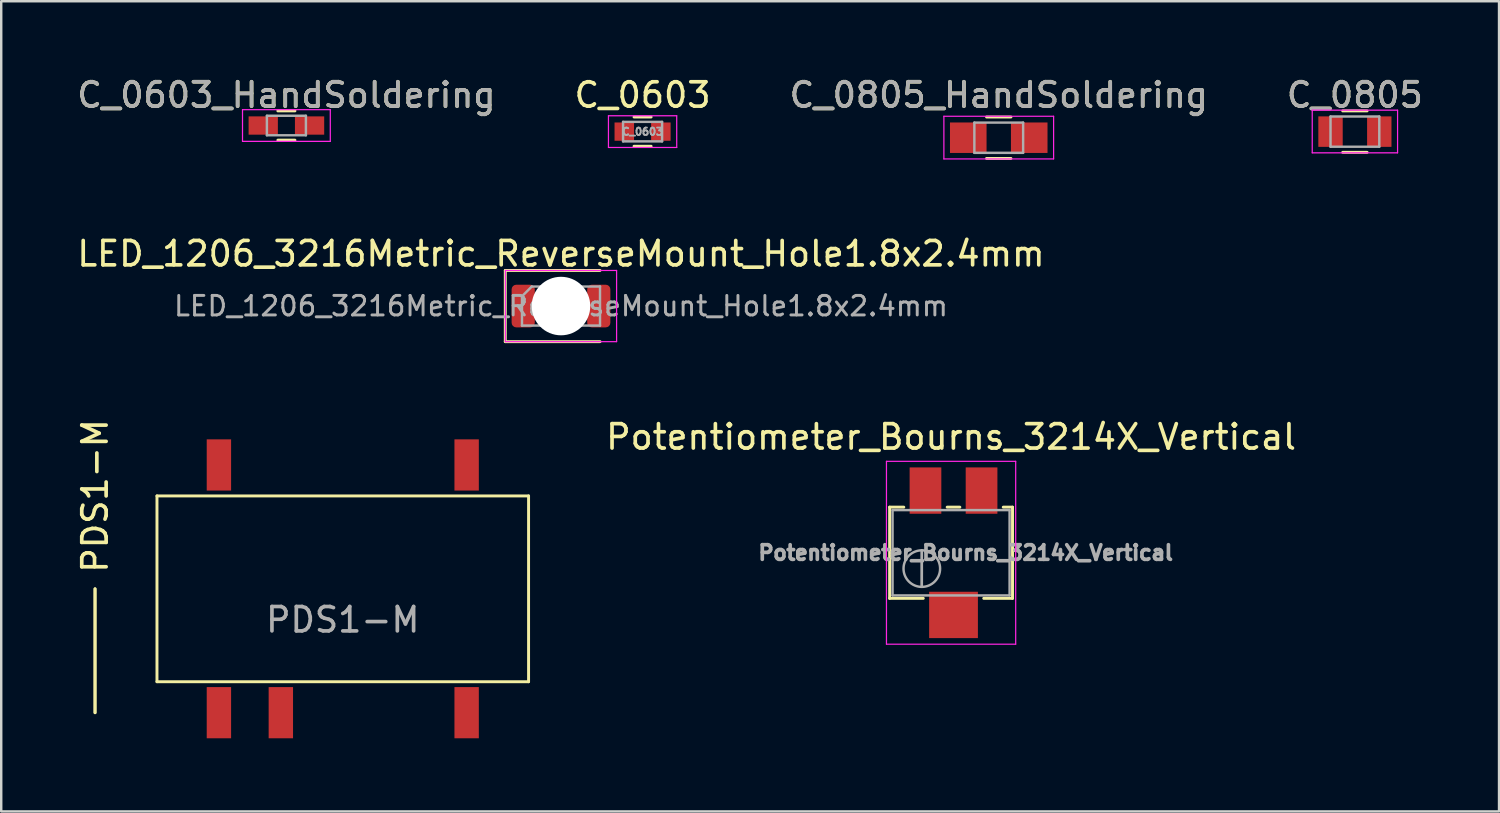
<source format=kicad_pcb>
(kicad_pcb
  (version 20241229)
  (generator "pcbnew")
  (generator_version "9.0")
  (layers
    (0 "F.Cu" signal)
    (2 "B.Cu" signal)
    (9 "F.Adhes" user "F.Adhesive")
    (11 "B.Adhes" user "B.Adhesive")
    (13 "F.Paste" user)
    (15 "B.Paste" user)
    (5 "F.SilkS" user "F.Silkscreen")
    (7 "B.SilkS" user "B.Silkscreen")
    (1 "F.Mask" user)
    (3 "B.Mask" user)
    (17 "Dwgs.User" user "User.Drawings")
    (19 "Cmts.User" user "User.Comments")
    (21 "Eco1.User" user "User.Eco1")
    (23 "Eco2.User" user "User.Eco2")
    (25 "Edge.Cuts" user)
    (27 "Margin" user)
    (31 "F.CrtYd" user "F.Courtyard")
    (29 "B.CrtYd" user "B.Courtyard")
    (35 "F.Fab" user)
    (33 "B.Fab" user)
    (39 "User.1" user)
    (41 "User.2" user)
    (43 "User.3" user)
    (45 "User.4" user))
  (footprint "Potentiometer_Bourns_3214X_Vertical"
    (layer "F.Cu")
    (at 36.056 19.62)
    (property "Reference" "Potentiometer_Bourns_3214X_Vertical" (at -0.1 -4.75 180) (layer "F.SilkS") (effects (font (size 1 1) (thickness 0.15))))
    (attr smd)
    (fp_line (start -2.62 -1.87) (end -2.62 1.87) (stroke (width 0.12) (type solid)) (layer "F.SilkS"))
    (fp_line (start -2.62 -1.87) (end -2.039 -1.87) (stroke (width 0.12) (type solid)) (layer "F.SilkS"))
    (fp_line (start -2.62 1.87) (end -1.24 1.87) (stroke (width 0.12) (type solid)) (layer "F.SilkS"))
    (fp_line (start -0.26 -1.87) (end 0.26 -1.87) (stroke (width 0.12) (type solid)) (layer "F.SilkS"))
    (fp_line (start 1.24 1.87) (end 2.42 1.87) (stroke (width 0.12) (type solid)) (layer "F.SilkS"))
    (fp_line (start 2.04 -1.87) (end 2.42 -1.87) (stroke (width 0.12) (type solid)) (layer "F.SilkS"))
    (fp_line (start 2.42 -1.87) (end 2.42 1.87) (stroke (width 0.12) (type solid)) (layer "F.SilkS"))
    (fp_line (start -2.75 -3.75) (end -2.75 3.75) (stroke (width 0.05) (type solid)) (layer "F.CrtYd"))
    (fp_line (start -2.75 3.75) (end 2.55 3.75) (stroke (width 0.05) (type solid)) (layer "F.CrtYd"))
    (fp_line (start 2.55 -3.75) (end -2.75 -3.75) (stroke (width 0.05) (type solid)) (layer "F.CrtYd"))
    (fp_line (start 2.55 3.75) (end 2.55 -3.75) (stroke (width 0.05) (type solid)) (layer "F.CrtYd"))
    (fp_line (start -2.5 -1.75) (end -2.5 1.75) (stroke (width 0.1) (type solid)) (layer "F.Fab"))
    (fp_line (start -2.5 1.75) (end 2.3 1.75) (stroke (width 0.1) (type solid)) (layer "F.Fab"))
    (fp_line (start -1.3 1.393) (end -1.299 -0.092) (stroke (width 0.1) (type solid)) (layer "F.Fab"))
    (fp_line (start -1.3 1.393) (end -1.299 -0.092) (stroke (width 0.1) (type solid)) (layer "F.Fab"))
    (fp_line (start 2.3 -1.75) (end -2.5 -1.75) (stroke (width 0.1) (type solid)) (layer "F.Fab"))
    (fp_line (start 2.3 1.75) (end 2.3 -1.75) (stroke (width 0.1) (type solid)) (layer "F.Fab"))
    (fp_circle (center -1.3 0.65) (end -0.55 0.65) (stroke (width 0.1) (type solid)) (fill no) (layer "F.Fab"))
    (fp_text user "${REFERENCE}" (at 0.5 0 180) (layer "F.Fab") (effects (font (size 0.6 0.6) (thickness 0.15))))
    (pad "1" smd rect (at 1.15 -2.55) (size 1.3 1.9) (layers "F.Cu" "F.Mask" "F.Paste"))
    (pad "2" smd rect (at 0 2.55) (size 2 1.9) (layers "F.Cu" "F.Mask" "F.Paste"))
    (pad "3" smd rect (at -1.15 -2.55) (size 1.3 1.9) (layers "F.Cu" "F.Mask" "F.Paste")))
  (footprint "PDS1-M"
    (layer "F.Cu")
    (at 5.928 26.179)
    (property "Reference" "PDS1-M" (at -5.08 -8.89 90) (unlocked yes) (layer "F.SilkS") (effects (font (size 1 1) (thickness 0.15))))
    (attr smd)
    (fp_line (start -5.08 -5.08) (end -5.08 0) (stroke (width 0.12) (type solid)) (layer "F.SilkS"))
    (fp_line (start -5.08 0) (end -5.08 -5.08) (stroke (width 0.12) (type solid)) (layer "F.SilkS"))
    (fp_rect (start -2.54 -1.27) (end -2.54 -8.89) (stroke (width 0.12) (type solid)) (fill no) (layer "F.SilkS"))
    (fp_rect (start 12.7 -8.89) (end -2.54 -8.89) (stroke (width 0.12) (type solid)) (fill no) (layer "F.SilkS"))
    (fp_rect (start 12.7 -1.27) (end -2.54 -1.27) (stroke (width 0.12) (type solid)) (fill no) (layer "F.SilkS"))
    (fp_rect (start 12.7 -1.27) (end 12.7 -8.89) (stroke (width 0.12) (type solid)) (fill no) (layer "F.SilkS"))
    (fp_text user "${REFERENCE}" (at 5.08 -3.81 0) (unlocked yes) (layer "F.Fab") (effects (font (size 1 1) (thickness 0.15))))
    (pad "1" smd rect (at 0 0) (size 1 2.1) (layers "F.Cu" "F.Mask" "F.Paste"))
    (pad "2" smd rect (at 2.54 0) (size 1 2.1) (layers "F.Cu" "F.Mask" "F.Paste"))
    (pad "3" smd rect (at 10.16 0) (size 1 2.1) (layers "F.Cu" "F.Mask" "F.Paste"))
    (pad "4" smd rect (at 10.16 -10.16) (size 1 2.1) (layers "F.Cu" "F.Mask" "F.Paste"))
    (pad "5" smd rect (at 0 -10.16) (size 1 2.1) (layers "F.Cu" "F.Mask" "F.Paste")))
  (footprint "C_0805"
    (layer "F.Cu")
    (at 52.518 2.348)
    (property "Reference" "C_0805" (at 0 -1.5 0) (layer "F.SilkS") (effects (font (size 1 1) (thickness 0.15))))
    (attr smd)
    (fp_line (start -0.5 0.85) (end 0.5 0.85) (stroke (width 0.12) (type solid)) (layer "F.SilkS"))
    (fp_line (start 0.5 -0.85) (end -0.5 -0.85) (stroke (width 0.12) (type solid)) (layer "F.SilkS"))
    (fp_line (start -1.75 -0.88) (end -1.75 0.87) (stroke (width 0.05) (type solid)) (layer "F.CrtYd"))
    (fp_line (start -1.75 -0.88) (end 1.75 -0.88) (stroke (width 0.05) (type solid)) (layer "F.CrtYd"))
    (fp_line (start 1.75 0.87) (end -1.75 0.87) (stroke (width 0.05) (type solid)) (layer "F.CrtYd"))
    (fp_line (start 1.75 0.87) (end 1.75 -0.88) (stroke (width 0.05) (type solid)) (layer "F.CrtYd"))
    (fp_line (start -1 -0.62) (end 1 -0.62) (stroke (width 0.1) (type solid)) (layer "F.Fab"))
    (fp_line (start -1 0.62) (end -1 -0.62) (stroke (width 0.1) (type solid)) (layer "F.Fab"))
    (fp_line (start 1 -0.62) (end 1 0.62) (stroke (width 0.1) (type solid)) (layer "F.Fab"))
    (fp_line (start 1 0.62) (end -1 0.62) (stroke (width 0.1) (type solid)) (layer "F.Fab"))
    (fp_text user "${REFERENCE}" (at 0 -1.5 0) (layer "F.Fab") (effects (font (size 1 1) (thickness 0.15))))
    (pad "1" smd rect (at -1 0) (size 1 1.25) (layers "F.Cu" "F.Mask" "F.Paste"))
    (pad "2" smd rect (at 1 0) (size 1 1.25) (layers "F.Cu" "F.Mask" "F.Paste")))
  (footprint "C_0805_HandSoldering"
    (layer "F.Cu")
    (at 37.911 2.598)
    (property "Reference" "C_0805_HandSoldering" (at 0 -1.75 0) (layer "F.SilkS") (effects (font (size 1 1) (thickness 0.15))))
    (attr smd)
    (fp_line (start -0.5 0.85) (end 0.5 0.85) (stroke (width 0.12) (type solid)) (layer "F.SilkS"))
    (fp_line (start 0.5 -0.85) (end -0.5 -0.85) (stroke (width 0.12) (type solid)) (layer "F.SilkS"))
    (fp_line (start -2.25 -0.88) (end -2.25 0.87) (stroke (width 0.05) (type solid)) (layer "F.CrtYd"))
    (fp_line (start -2.25 -0.88) (end 2.25 -0.88) (stroke (width 0.05) (type solid)) (layer "F.CrtYd"))
    (fp_line (start 2.25 0.87) (end -2.25 0.87) (stroke (width 0.05) (type solid)) (layer "F.CrtYd"))
    (fp_line (start 2.25 0.87) (end 2.25 -0.88) (stroke (width 0.05) (type solid)) (layer "F.CrtYd"))
    (fp_line (start -1 -0.62) (end 1 -0.62) (stroke (width 0.1) (type solid)) (layer "F.Fab"))
    (fp_line (start -1 0.62) (end -1 -0.62) (stroke (width 0.1) (type solid)) (layer "F.Fab"))
    (fp_line (start 1 -0.62) (end 1 0.62) (stroke (width 0.1) (type solid)) (layer "F.Fab"))
    (fp_line (start 1 0.62) (end -1 0.62) (stroke (width 0.1) (type solid)) (layer "F.Fab"))
    (fp_text user "${REFERENCE}" (at 0 -1.75 0) (layer "F.Fab") (effects (font (size 1 1) (thickness 0.15))))
    (pad "1" smd rect (at -1.25 0) (size 1.5 1.25) (layers "F.Cu" "F.Mask" "F.Paste"))
    (pad "2" smd rect (at 1.25 0) (size 1.5 1.25) (layers "F.Cu" "F.Mask" "F.Paste")))
  (footprint "C_0603"
    (layer "F.Cu")
    (at 23.304 2.348)
    (property "Reference" "C_0603" (at 0 -1.5 0) (layer "F.SilkS") (effects (font (size 1 1) (thickness 0.15))))
    (attr smd)
    (fp_line (start -0.35 -0.6) (end 0.35 -0.6) (stroke (width 0.12) (type solid)) (layer "F.SilkS"))
    (fp_line (start 0.35 0.6) (end -0.35 0.6) (stroke (width 0.12) (type solid)) (layer "F.SilkS"))
    (fp_line (start -1.4 -0.65) (end -1.4 0.65) (stroke (width 0.05) (type solid)) (layer "F.CrtYd"))
    (fp_line (start -1.4 -0.65) (end 1.4 -0.65) (stroke (width 0.05) (type solid)) (layer "F.CrtYd"))
    (fp_line (start 1.4 0.65) (end -1.4 0.65) (stroke (width 0.05) (type solid)) (layer "F.CrtYd"))
    (fp_line (start 1.4 0.65) (end 1.4 -0.65) (stroke (width 0.05) (type solid)) (layer "F.CrtYd"))
    (fp_line (start -0.8 -0.4) (end 0.8 -0.4) (stroke (width 0.1) (type solid)) (layer "F.Fab"))
    (fp_line (start -0.8 0.4) (end -0.8 -0.4) (stroke (width 0.1) (type solid)) (layer "F.Fab"))
    (fp_line (start 0.8 -0.4) (end 0.8 0.4) (stroke (width 0.1) (type solid)) (layer "F.Fab"))
    (fp_line (start 0.8 0.4) (end -0.8 0.4) (stroke (width 0.1) (type solid)) (layer "F.Fab"))
    (fp_text user "${REFERENCE}" (at 0 0 0) (layer "F.Fab") (effects (font (size 0.3 0.3) (thickness 0.075))))
    (pad "1" smd rect (at -0.75 0) (size 0.8 0.75) (layers "F.Cu" "F.Mask" "F.Paste"))
    (pad "2" smd rect (at 0.75 0) (size 0.8 0.75) (layers "F.Cu" "F.Mask" "F.Paste")))
  (footprint "C_0603_HandSoldering"
    (layer "F.Cu")
    (at 8.696 2.098)
    (property "Reference" "C_0603_HandSoldering" (at 0 -1.25 0) (layer "F.SilkS") (effects (font (size 1 1) (thickness 0.15))))
    (attr smd)
    (fp_line (start -0.35 -0.6) (end 0.35 -0.6) (stroke (width 0.12) (type solid)) (layer "F.SilkS"))
    (fp_line (start 0.35 0.6) (end -0.35 0.6) (stroke (width 0.12) (type solid)) (layer "F.SilkS"))
    (fp_line (start -1.8 -0.65) (end -1.8 0.65) (stroke (width 0.05) (type solid)) (layer "F.CrtYd"))
    (fp_line (start -1.8 -0.65) (end 1.8 -0.65) (stroke (width 0.05) (type solid)) (layer "F.CrtYd"))
    (fp_line (start 1.8 0.65) (end -1.8 0.65) (stroke (width 0.05) (type solid)) (layer "F.CrtYd"))
    (fp_line (start 1.8 0.65) (end 1.8 -0.65) (stroke (width 0.05) (type solid)) (layer "F.CrtYd"))
    (fp_line (start -0.8 -0.4) (end 0.8 -0.4) (stroke (width 0.1) (type solid)) (layer "F.Fab"))
    (fp_line (start -0.8 0.4) (end -0.8 -0.4) (stroke (width 0.1) (type solid)) (layer "F.Fab"))
    (fp_line (start 0.8 -0.4) (end 0.8 0.4) (stroke (width 0.1) (type solid)) (layer "F.Fab"))
    (fp_line (start 0.8 0.4) (end -0.8 0.4) (stroke (width 0.1) (type solid)) (layer "F.Fab"))
    (fp_text user "${REFERENCE}" (at 0 -1.25 0) (layer "F.Fab") (effects (font (size 1 1) (thickness 0.15))))
    (pad "1" smd rect (at -0.95 0) (size 1.2 0.75) (layers "F.Cu" "F.Mask" "F.Paste"))
    (pad "2" smd rect (at 0.95 0) (size 1.2 0.75) (layers "F.Cu" "F.Mask" "F.Paste")))
  (footprint "LED_1206_3216Metric_ReverseMount_Hole1.8x2.4mm"
    (layer "F.Cu")
    (at 19.958 9.502)
    (property "Reference" "LED_1206_3216Metric_ReverseMount_Hole1.8x2.4mm" (at 0 -2.145 0) (layer "F.SilkS") (effects (font (size 1 1) (thickness 0.15))))
    (attr smd)
    (fp_line (start -2.285 -1.46) (end -2.285 1.46) (stroke (width 0.12) (type solid)) (layer "F.SilkS"))
    (fp_line (start -2.285 1.46) (end 1.6 1.46) (stroke (width 0.12) (type solid)) (layer "F.SilkS"))
    (fp_line (start 1.6 -1.46) (end -2.285 -1.46) (stroke (width 0.12) (type solid)) (layer "F.SilkS"))
    (fp_line (start -2.28 -1.46) (end 2.28 -1.46) (stroke (width 0.05) (type solid)) (layer "F.CrtYd"))
    (fp_line (start -2.28 1.46) (end -2.28 -1.46) (stroke (width 0.05) (type solid)) (layer "F.CrtYd"))
    (fp_line (start 2.28 -1.46) (end 2.28 1.46) (stroke (width 0.05) (type solid)) (layer "F.CrtYd"))
    (fp_line (start 2.28 1.46) (end -2.28 1.46) (stroke (width 0.05) (type solid)) (layer "F.CrtYd"))
    (fp_line (start -1.6 -0.4) (end -1.6 0.8) (stroke (width 0.1) (type solid)) (layer "F.Fab"))
    (fp_line (start -1.6 0.8) (end 1.6 0.8) (stroke (width 0.1) (type solid)) (layer "F.Fab"))
    (fp_line (start -1.2 -0.8) (end -1.6 -0.4) (stroke (width 0.1) (type solid)) (layer "F.Fab"))
    (fp_line (start 1.6 -0.8) (end -1.2 -0.8) (stroke (width 0.1) (type solid)) (layer "F.Fab"))
    (fp_line (start 1.6 0.8) (end 1.6 -0.8) (stroke (width 0.1) (type solid)) (layer "F.Fab"))
    (fp_text user "${REFERENCE}" (at 0 0 0) (layer "F.Fab") (effects (font (size 0.8 0.8) (thickness 0.12))))
    (pad "" np_thru_hole oval (at 0 0) (size 2.4 2.4) (drill oval 2.4) (layers "*.Cu" "*.Mask"))
    (pad "1" smd roundrect (at -1.55 0) (size 0.95 1.75) (layers "F.Cu" "F.Mask" "F.Paste") (roundrect_rratio 0.2))
    (pad "2" smd roundrect (at 1.55 0) (size 0.95 1.75) (layers "F.Cu" "F.Mask" "F.Paste") (roundrect_rratio 0.2)))
  (gr_rect
    (start -3 -3)
    (end 58.429 30.229)
    (stroke (width 0.1) (type default))
    (fill no)
    (layer "Edge.Cuts")))
</source>
